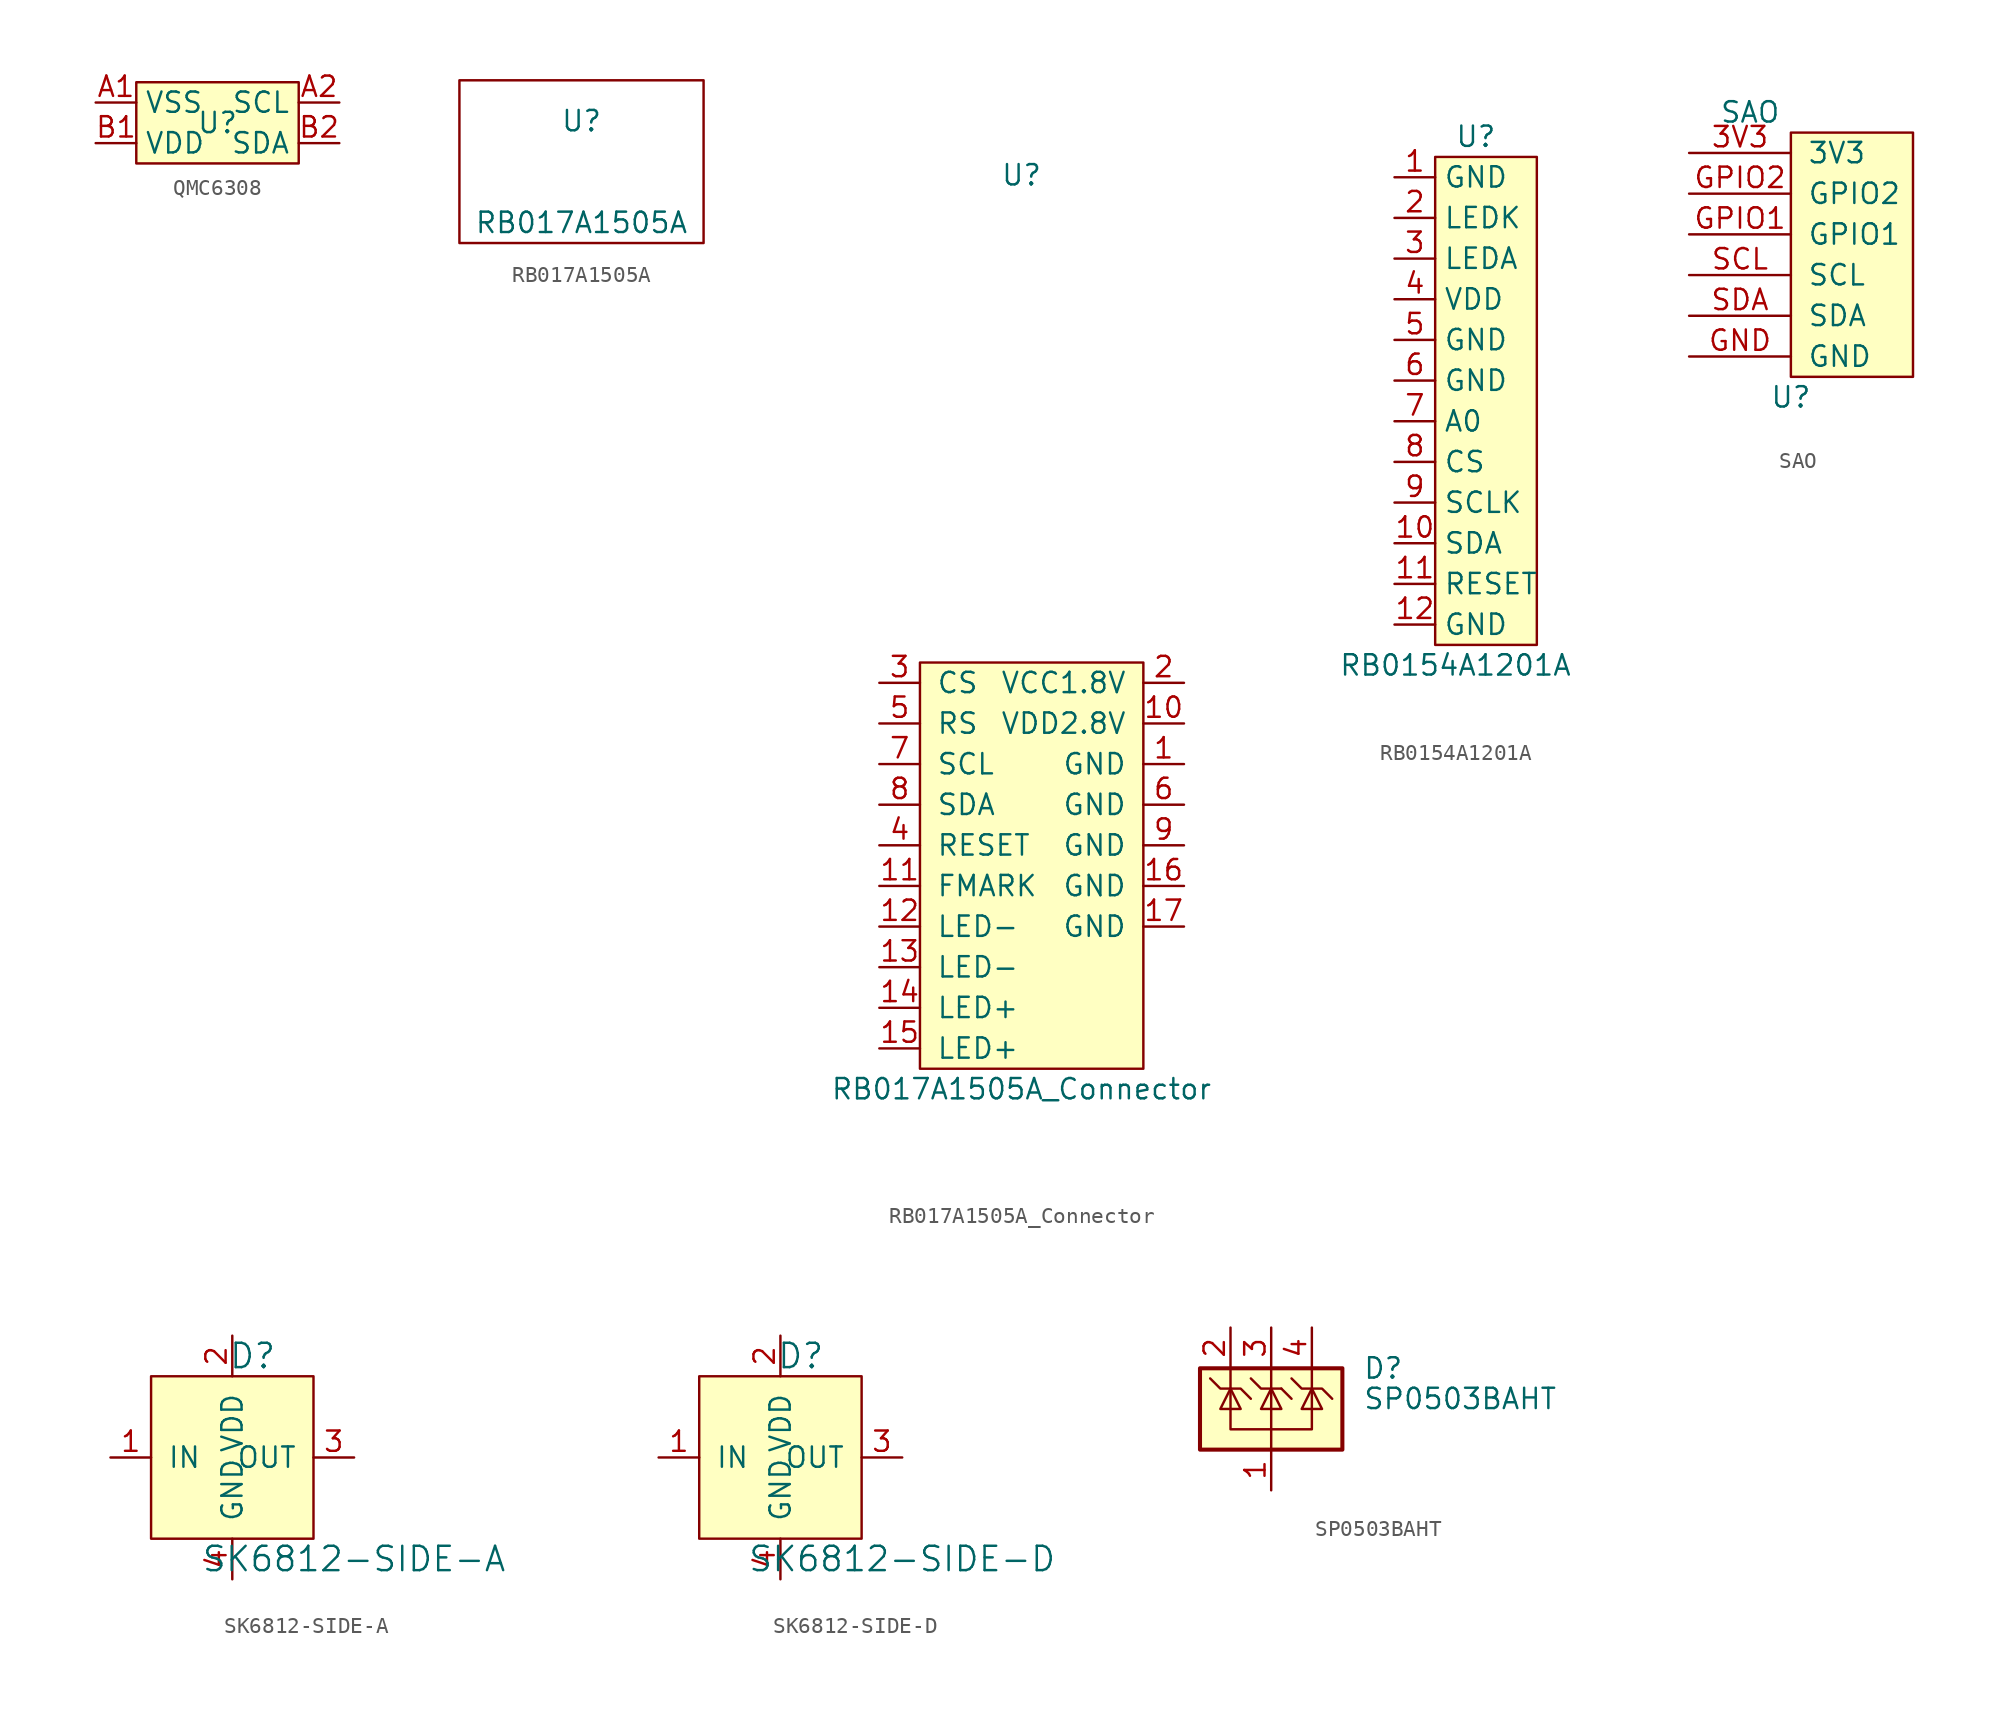
<source format=kicad_sym>
(kicad_symbol_lib
  (version 20220914)
  (generator kicad_symbol_editor)
  (symbol "QMC6308"
    (property "Reference" "U"
      (at 0 0 0)
      (effects (font (size 1.27 1.27))))
    (property "Value" ""
      (at 0 0 0)
      (effects (font (size 1.27 1.27))))
    (symbol "QMC6308_1_1"
      (rectangle (start -5.08 2.54) (end 5.08 -2.54) (stroke (width 0) (type default)) (fill (type background)))
      (pin bidirectional line (at -7.62 1.27 0) (length 2.54) (name "VSS" (effects (font (size 1.27 1.27)))) (number "A1" (effects (font (size 1.27 1.27)))))
      (pin bidirectional line (at 7.62 1.27 180) (length 2.54) (name "SCL" (effects (font (size 1.27 1.27)))) (number "A2" (effects (font (size 1.27 1.27)))))
      (pin bidirectional line (at -7.62 -1.27 0) (length 2.54) (name "VDD" (effects (font (size 1.27 1.27)))) (number "B1" (effects (font (size 1.27 1.27)))))
      (pin bidirectional line (at 7.62 -1.27 180) (length 2.54) (name "SDA" (effects (font (size 1.27 1.27)))) (number "B2" (effects (font (size 1.27 1.27)))))))
  (symbol "RB017A1505A"
    (pin_names
      (offset 1.016))
    (property "Reference" "U"
      (at 0 2.54 0)
      (effects (font (size 1.27 1.27))))
    (property "Value" "RB017A1505A"
      (at 0 -3.81 0)
      (effects (font (size 1.27 1.27))))
    (property "LCSC" ""
      (at 0 0 0)
      (effects (font (size 1.27 1.27))))
    (symbol "RB017A1505A_0_1"
      (rectangle (start -7.62 5.08) (end 7.62 -5.08) (stroke (width 0) (type default)) (fill (type none)))))
  (symbol "RB017A1505A_Connector"
    (pin_names
      (offset 1.016))
    (property "Reference" "U"
      (at 0 43.18 0)
      (effects (font (size 1.27 1.27))))
    (property "Value" "RB017A1505A_Connector"
      (at 0 -13.97 0)
      (effects (font (size 1.27 1.27))))
    (symbol "RB017A1505A_Connector_0_1"
      (rectangle (start -6.35 12.7) (end 7.62 -12.7) (stroke (width 0) (type default)) (fill (type background))))
    (symbol "RB017A1505A_Connector_1_1"
      (pin input line (at 10.16 6.35 180) (length 2.54) (name "GND" (effects (font (size 1.27 1.27)))) (number "1" (effects (font (size 1.27 1.27)))))
      (pin input line (at 10.16 8.89 180) (length 2.54) (name "VDD2.8V" (effects (font (size 1.27 1.27)))) (number "10" (effects (font (size 1.27 1.27)))))
      (pin input line (at -8.89 -1.27 0) (length 2.54) (name "FMARK" (effects (font (size 1.27 1.27)))) (number "11" (effects (font (size 1.27 1.27)))))
      (pin input line (at -8.89 -3.81 0) (length 2.54) (name "LED-" (effects (font (size 1.27 1.27)))) (number "12" (effects (font (size 1.27 1.27)))))
      (pin input line (at -8.89 -6.35 0) (length 2.54) (name "LED-" (effects (font (size 1.27 1.27)))) (number "13" (effects (font (size 1.27 1.27)))))
      (pin input line (at -8.89 -8.89 0) (length 2.54) (name "LED+" (effects (font (size 1.27 1.27)))) (number "14" (effects (font (size 1.27 1.27)))))
      (pin input line (at -8.89 -11.43 0) (length 2.54) (name "LED+" (effects (font (size 1.27 1.27)))) (number "15" (effects (font (size 1.27 1.27)))))
      (pin input line (at 10.16 -1.27 180) (length 2.54) (name "GND" (effects (font (size 1.27 1.27)))) (number "16" (effects (font (size 1.27 1.27)))))
      (pin input line (at 10.16 -3.81 180) (length 2.54) (name "GND" (effects (font (size 1.27 1.27)))) (number "17" (effects (font (size 1.27 1.27)))))
      (pin input line (at 10.16 11.43 180) (length 2.54) (name "VCC1.8V" (effects (font (size 1.27 1.27)))) (number "2" (effects (font (size 1.27 1.27)))))
      (pin input line (at -8.89 11.43 0) (length 2.54) (name "CS" (effects (font (size 1.27 1.27)))) (number "3" (effects (font (size 1.27 1.27)))))
      (pin input line (at -8.89 1.27 0) (length 2.54) (name "RESET" (effects (font (size 1.27 1.27)))) (number "4" (effects (font (size 1.27 1.27)))))
      (pin input line (at -8.89 8.89 0) (length 2.54) (name "RS" (effects (font (size 1.27 1.27)))) (number "5" (effects (font (size 1.27 1.27)))))
      (pin input line (at 10.16 3.81 180) (length 2.54) (name "GND" (effects (font (size 1.27 1.27)))) (number "6" (effects (font (size 1.27 1.27)))))
      (pin input line (at -8.89 6.35 0) (length 2.54) (name "SCL" (effects (font (size 1.27 1.27)))) (number "7" (effects (font (size 1.27 1.27)))))
      (pin input line (at -8.89 3.81 0) (length 2.54) (name "SDA" (effects (font (size 1.27 1.27)))) (number "8" (effects (font (size 1.27 1.27)))))
      (pin input line (at 10.16 1.27 180) (length 2.54) (name "GND" (effects (font (size 1.27 1.27)))) (number "9" (effects (font (size 1.27 1.27)))))))
  (symbol "RB0154A1201A"
    (property "Reference" "U"
      (at 0 16.51 0)
      (effects (font (size 1.27 1.27))))
    (property "Value" "RB0154A1201A"
      (at -1.27 -16.51 0)
      (effects (font (size 1.27 1.27))))
    (symbol "RB0154A1201A_0_1"
      (rectangle (start -2.54 15.24) (end 3.81 -15.24) (stroke (width 0.152) (type default)) (fill (type background))))
    (symbol "RB0154A1201A_1_1"
      (pin bidirectional line (at -5.08 13.97 0) (length 2.54) (name "GND" (effects (font (size 1.27 1.27)))) (number "1" (effects (font (size 1.27 1.27)))))
      (pin bidirectional line (at -5.08 -8.89 0) (length 2.54) (name "SDA" (effects (font (size 1.27 1.27)))) (number "10" (effects (font (size 1.27 1.27)))))
      (pin bidirectional line (at -5.08 -11.43 0) (length 2.54) (name "RESET" (effects (font (size 1.27 1.27)))) (number "11" (effects (font (size 1.27 1.27)))))
      (pin bidirectional line (at -5.08 -13.97 0) (length 2.54) (name "GND" (effects (font (size 1.27 1.27)))) (number "12" (effects (font (size 1.27 1.27)))))
      (pin bidirectional line (at -5.08 11.43 0) (length 2.54) (name "LEDK" (effects (font (size 1.27 1.27)))) (number "2" (effects (font (size 1.27 1.27)))))
      (pin bidirectional line (at -5.08 8.89 0) (length 2.54) (name "LEDA" (effects (font (size 1.27 1.27)))) (number "3" (effects (font (size 1.27 1.27)))))
      (pin bidirectional line (at -5.08 6.35 0) (length 2.54) (name "VDD" (effects (font (size 1.27 1.27)))) (number "4" (effects (font (size 1.27 1.27)))))
      (pin bidirectional line (at -5.08 3.81 0) (length 2.54) (name "GND" (effects (font (size 1.27 1.27)))) (number "5" (effects (font (size 1.27 1.27)))))
      (pin bidirectional line (at -5.08 1.27 0) (length 2.54) (name "GND" (effects (font (size 1.27 1.27)))) (number "6" (effects (font (size 1.27 1.27)))))
      (pin bidirectional line (at -5.08 -1.27 0) (length 2.54) (name "A0" (effects (font (size 1.27 1.27)))) (number "7" (effects (font (size 1.27 1.27)))))
      (pin bidirectional line (at -5.08 -3.81 0) (length 2.54) (name "CS" (effects (font (size 1.27 1.27)))) (number "8" (effects (font (size 1.27 1.27)))))
      (pin bidirectional line (at -5.08 -6.35 0) (length 2.54) (name "SCLK" (effects (font (size 1.27 1.27)))) (number "9" (effects (font (size 1.27 1.27)))))))
  (symbol "SAO"
    (pin_names
      (offset 1.016))
    (property "Reference" "U"
      (at 0 -8.89 0)
      (effects (font (size 1.27 1.27))))
    (property "Value" "SAO"
      (at -2.54 8.89 0)
      (effects (font (size 1.27 1.27))))
    (symbol "SAO_0_1"
      (rectangle (start 0 7.62) (end 7.62 -7.62) (stroke (width 0) (type default)) (fill (type background))))
    (symbol "SAO_1_1"
      (pin power_in line (at -6.35 6.35 0) (length 6.35) (name "3V3" (effects (font (size 1.27 1.27)))) (number "3V3" (effects (font (size 1.27 1.27)))))
      (pin power_in line (at -6.35 -6.35 0) (length 6.35) (name "GND" (effects (font (size 1.27 1.27)))) (number "GND" (effects (font (size 1.27 1.27)))))
      (pin input line (at -6.35 1.27 0) (length 6.35) (name "GPIO1" (effects (font (size 1.27 1.27)))) (number "GPIO1" (effects (font (size 1.27 1.27)))))
      (pin input line (at -6.35 3.81 0) (length 6.35) (name "GPIO2" (effects (font (size 1.27 1.27)))) (number "GPIO2" (effects (font (size 1.27 1.27)))))
      (pin input line (at -6.35 -1.27 0) (length 6.35) (name "SCL" (effects (font (size 1.27 1.27)))) (number "SCL" (effects (font (size 1.27 1.27)))))
      (pin input line (at -6.35 -3.81 0) (length 6.35) (name "SDA" (effects (font (size 1.27 1.27)))) (number "SDA" (effects (font (size 1.27 1.27)))))))
  (symbol "SK6812-SIDE-A"
    (pin_names
      (offset 1.016))
    (property "Reference" "D"
      (at 1.27 6.35 0)
      (effects (font (size 1.524 1.524))))
    (property "Value" "SK6812-SIDE-A"
      (at 7.62 -6.35 0)
      (effects (font (size 1.524 1.524))))
    (symbol "SK6812-SIDE-A_0_1"
      (rectangle (start -5.08 5.08) (end 5.08 -5.08) (stroke (width 0) (type default)) (fill (type background))))
    (symbol "SK6812-SIDE-A_1_1"
      (pin input line (at -7.62 0 0) (length 2.54) (name "IN" (effects (font (size 1.27 1.27)))) (number "1" (effects (font (size 1.27 1.27)))))
      (pin input line (at 0 7.62 270) (length 2.54) (name "VDD" (effects (font (size 1.27 1.27)))) (number "2" (effects (font (size 1.27 1.27)))))
      (pin input line (at 7.62 0 180) (length 2.54) (name "OUT" (effects (font (size 1.27 1.27)))) (number "3" (effects (font (size 1.27 1.27)))))
      (pin input line (at 0 -7.62 90) (length 2.54) (name "GND" (effects (font (size 1.27 1.27)))) (number "4" (effects (font (size 1.27 1.27)))))))
  (symbol "SK6812-SIDE-D"
    (pin_names
      (offset 1.016))
    (property "Reference" "D"
      (at 1.27 6.35 0)
      (effects (font (size 1.524 1.524))))
    (property "Value" "SK6812-SIDE-D"
      (at 7.62 -6.35 0)
      (effects (font (size 1.524 1.524))))
    (symbol "SK6812-SIDE-D_0_1"
      (rectangle (start -5.08 5.08) (end 5.08 -5.08) (stroke (width 0) (type default)) (fill (type background))))
    (symbol "SK6812-SIDE-D_1_1"
      (pin input line (at -7.62 0 0) (length 2.54) (name "IN" (effects (font (size 1.27 1.27)))) (number "1" (effects (font (size 1.27 1.27)))))
      (pin input line (at 0 7.62 270) (length 2.54) (name "VDD" (effects (font (size 1.27 1.27)))) (number "2" (effects (font (size 1.27 1.27)))))
      (pin input line (at 7.62 0 180) (length 2.54) (name "OUT" (effects (font (size 1.27 1.27)))) (number "3" (effects (font (size 1.27 1.27)))))
      (pin input line (at 0 -7.62 90) (length 2.54) (name "GND" (effects (font (size 1.27 1.27)))) (number "4" (effects (font (size 1.27 1.27)))))))
  (symbol "SP0503BAHT"
    (pin_names
      (offset 1.016) hide)
    (property "Reference" "D"
      (at 5.715 2.54 0)
      (effects (font (size 1.27 1.27)) (justify left)))
    (property "Value" "SP0503BAHT"
      (at 5.715 0.635 0)
      (effects (font (size 1.27 1.27)) (justify left)))
    (symbol "SP0503BAHT_0_0"
      (pin input line (at 0 -5.08 90) (length 2.54) (name "A" (effects (font (size 1.27 1.27)))) (number "1" (effects (font (size 1.27 1.27))))))
    (symbol "SP0503BAHT_0_1"
      (rectangle (start -4.445 2.54) (end 4.445 -2.54) (stroke (width 0.254) (type default)) (fill (type background)))
      (polyline (pts (xy -2.54 2.54) (xy -2.54 1.27)) (stroke (width 0) (type default)) (fill (type none)))
      (polyline (pts (xy 0 -1.27) (xy 0 -2.54)) (stroke (width 0) (type default)) (fill (type none)))
      (polyline (pts (xy 0 -1.27) (xy 0 1.27)) (stroke (width 0) (type default)) (fill (type none)))
      (polyline (pts (xy 0 2.54) (xy 0 1.27)) (stroke (width 0) (type default)) (fill (type none)))
      (polyline (pts (xy 0.635 1.27) (xy 1.27 0.635)) (stroke (width 0) (type default)) (fill (type none)))
      (polyline (pts (xy 2.54 2.54) (xy 2.54 1.27)) (stroke (width 0) (type default)) (fill (type none)))
      (polyline (pts (xy 0.635 1.27) (xy -0.635 1.27) (xy -1.27 1.905)) (stroke (width 0) (type default)) (fill (type none)))
      (polyline (pts (xy -3.81 1.905) (xy -3.175 1.27) (xy -1.905 1.27) (xy -1.27 0.635)) (stroke (width 0) (type default)) (fill (type none)))
      (polyline (pts (xy -2.54 1.27) (xy -2.54 -1.27) (xy 2.54 -1.27) (xy 2.54 1.27)) (stroke (width 0) (type default)) (fill (type none)))
      (polyline (pts (xy -2.54 1.27) (xy -1.905 0) (xy -3.175 0) (xy -2.54 1.27)) (stroke (width 0) (type default)) (fill (type none)))
      (polyline (pts (xy 0.635 0) (xy -0.635 0) (xy 0 1.27) (xy 0.635 0)) (stroke (width 0) (type default)) (fill (type none)))
      (polyline (pts (xy 1.27 1.905) (xy 1.905 1.27) (xy 3.175 1.27) (xy 3.81 0.635)) (stroke (width 0) (type default)) (fill (type none)))
      (polyline (pts (xy 2.54 1.27) (xy 1.905 0) (xy 3.175 0) (xy 2.54 1.27)) (stroke (width 0) (type default)) (fill (type none))))
    (symbol "SP0503BAHT_1_1"
      (pin input line (at -2.54 5.08 270) (length 2.54) (name "K" (effects (font (size 1.27 1.27)))) (number "2" (effects (font (size 1.27 1.27)))))
      (pin input line (at 0 5.08 270) (length 2.54) (name "K" (effects (font (size 1.27 1.27)))) (number "3" (effects (font (size 1.27 1.27)))))
      (pin input line (at 2.54 5.08 270) (length 2.54) (name "K" (effects (font (size 1.27 1.27)))) (number "4" (effects (font (size 1.27 1.27))))))))
</source>
